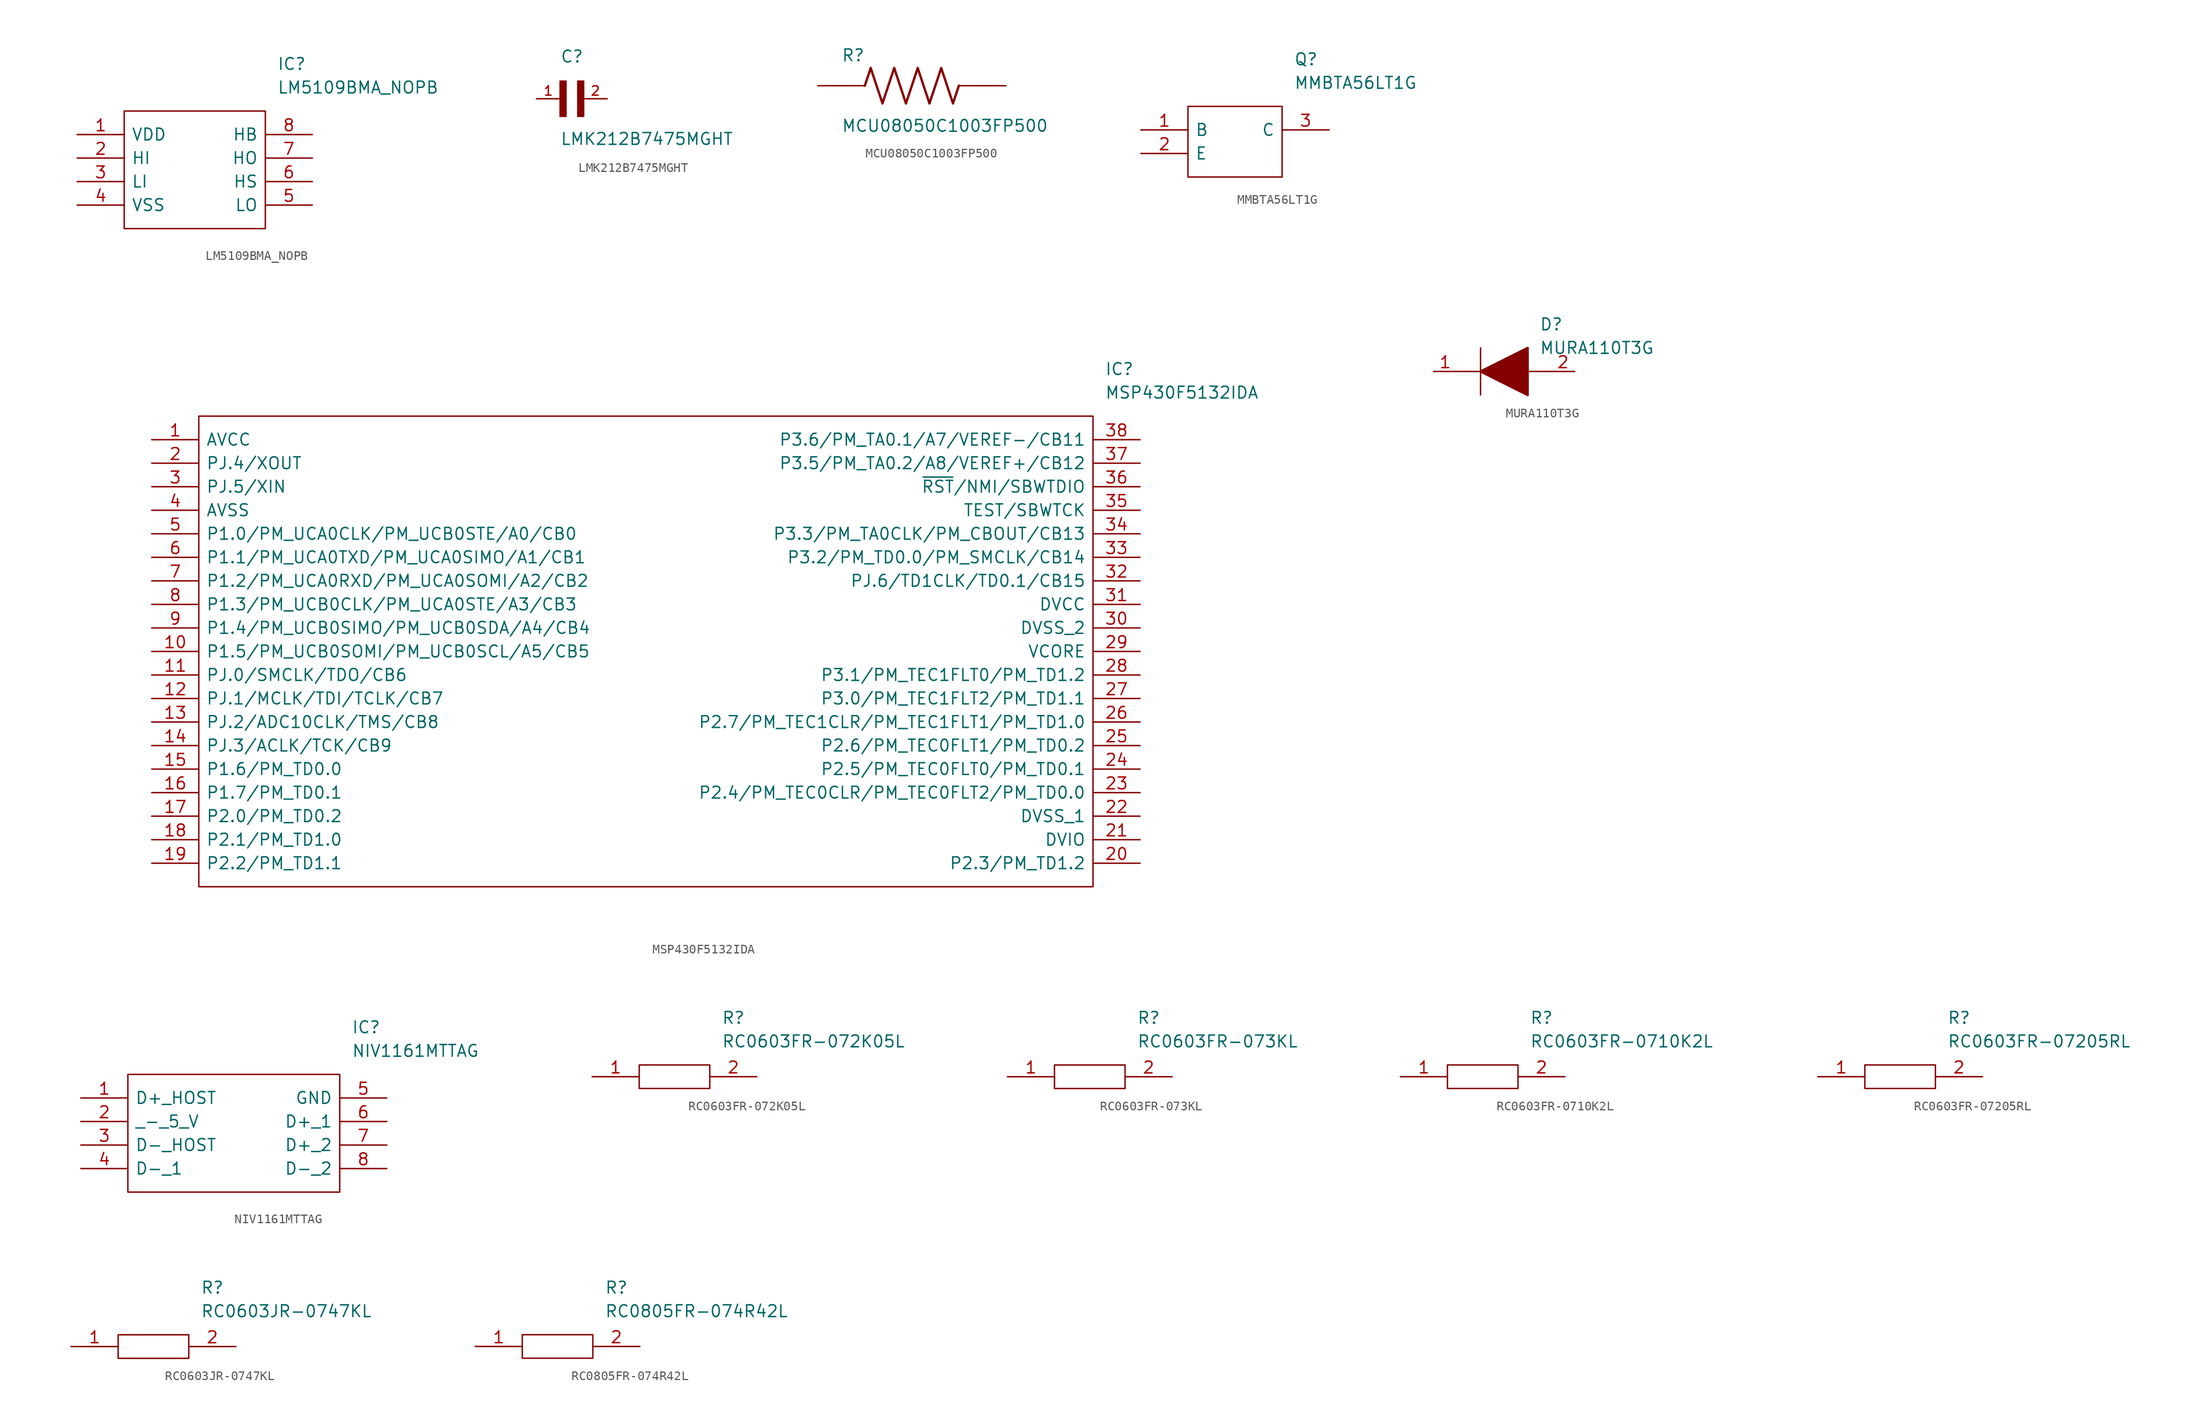
<source format=kicad_sym>
(kicad_symbol_lib
  (version 20211014)
  (generator kicad_symbol_editor)
  (symbol "LM5109BMA_NOPB"
    (pin_names
      (offset 0.762))
    (property "Reference" "IC"
      (at 21.59 7.62 0)
      (effects (font (size 1.27 1.27)) (justify left)))
    (property "Value" "LM5109BMA_NOPB"
      (at 21.59 5.08 0)
      (effects (font (size 1.27 1.27)) (justify left)))
    (symbol "LM5109BMA_NOPB_0_0"
      (pin passive line (at 0 0 0) (length 5.08) (name "VDD" (effects (font (size 1.27 1.27)))) (number "1" (effects (font (size 1.27 1.27)))))
      (pin passive line (at 0 -2.54 0) (length 5.08) (name "HI" (effects (font (size 1.27 1.27)))) (number "2" (effects (font (size 1.27 1.27)))))
      (pin passive line (at 0 -5.08 0) (length 5.08) (name "LI" (effects (font (size 1.27 1.27)))) (number "3" (effects (font (size 1.27 1.27)))))
      (pin passive line (at 0 -7.62 0) (length 5.08) (name "VSS" (effects (font (size 1.27 1.27)))) (number "4" (effects (font (size 1.27 1.27)))))
      (pin passive line (at 25.4 -7.62 180) (length 5.08) (name "LO" (effects (font (size 1.27 1.27)))) (number "5" (effects (font (size 1.27 1.27)))))
      (pin passive line (at 25.4 -5.08 180) (length 5.08) (name "HS" (effects (font (size 1.27 1.27)))) (number "6" (effects (font (size 1.27 1.27)))))
      (pin passive line (at 25.4 -2.54 180) (length 5.08) (name "HO" (effects (font (size 1.27 1.27)))) (number "7" (effects (font (size 1.27 1.27)))))
      (pin passive line (at 25.4 0 180) (length 5.08) (name "HB" (effects (font (size 1.27 1.27)))) (number "8" (effects (font (size 1.27 1.27))))))
    (symbol "LM5109BMA_NOPB_0_1"
      (polyline (pts (xy 5.08 2.54) (xy 20.32 2.54) (xy 20.32 -10.16) (xy 5.08 -10.16) (xy 5.08 2.54)) (stroke (width 0.152) (type default) (color 0 0 0 0)) (fill (type none)))))
  (symbol "LMK212B7475MGHT"
    (pin_names
      (offset 1.016) hide)
    (property "Reference" "C"
      (at 0 3.81 0)
      (effects (font (size 1.27 1.27)) (justify left bottom)))
    (property "Value" "LMK212B7475MGHT"
      (at 0 -5.08 0)
      (effects (font (size 1.27 1.27)) (justify left bottom)))
    (property "ki_locked" ""
      (at 0 0 0)
      (effects (font (size 1.27 1.27))))
    (symbol "LMK212B7475MGHT_0_0"
      (rectangle (start 0 -1.905) (end 0.635 1.905) (stroke (width 0) (type default) (color 0 0 0 0)) (fill (type outline)))
      (rectangle (start 1.905 -1.905) (end 2.54 1.905) (stroke (width 0) (type default) (color 0 0 0 0)) (fill (type outline)))
      (pin passive line (at -2.54 0 0) (length 2.54) (name "~" (effects (font (size 1.016 1.016)))) (number "1" (effects (font (size 1.016 1.016)))))
      (pin passive line (at 5.08 0 180) (length 2.54) (name "~" (effects (font (size 1.016 1.016)))) (number "2" (effects (font (size 1.016 1.016)))))))
  (symbol "MCU08050C1003FP500"
    (pin_numbers hide)
    (pin_names
      (offset 1.016) hide)
    (property "Reference" "R"
      (at -7.62 2.54 0)
      (effects (font (size 1.27 1.27)) (justify left bottom)))
    (property "Value" "MCU08050C1003FP500"
      (at -7.62 -5.08 0)
      (effects (font (size 1.27 1.27)) (justify left bottom)))
    (property "ki_locked" ""
      (at 0 0 0)
      (effects (font (size 1.27 1.27))))
    (symbol "MCU08050C1003FP500_0_0"
      (polyline (pts (xy -5.08 0) (xy -4.445 1.905)) (stroke (width 0.254) (type default) (color 0 0 0 0)) (fill (type none)))
      (polyline (pts (xy -4.445 1.905) (xy -3.175 -1.905)) (stroke (width 0.254) (type default) (color 0 0 0 0)) (fill (type none)))
      (polyline (pts (xy -3.175 -1.905) (xy -1.905 1.905)) (stroke (width 0.254) (type default) (color 0 0 0 0)) (fill (type none)))
      (polyline (pts (xy -1.905 1.905) (xy -0.635 -1.905)) (stroke (width 0.254) (type default) (color 0 0 0 0)) (fill (type none)))
      (polyline (pts (xy -0.635 -1.905) (xy 0.635 1.905)) (stroke (width 0.254) (type default) (color 0 0 0 0)) (fill (type none)))
      (polyline (pts (xy 0.635 1.905) (xy 1.905 -1.905)) (stroke (width 0.254) (type default) (color 0 0 0 0)) (fill (type none)))
      (polyline (pts (xy 1.905 -1.905) (xy 3.175 1.905)) (stroke (width 0.254) (type default) (color 0 0 0 0)) (fill (type none)))
      (polyline (pts (xy 3.175 1.905) (xy 4.445 -1.905)) (stroke (width 0.254) (type default) (color 0 0 0 0)) (fill (type none)))
      (polyline (pts (xy 4.445 -1.905) (xy 5.08 0)) (stroke (width 0.254) (type default) (color 0 0 0 0)) (fill (type none)))
      (pin passive line (at -10.16 0 0) (length 5.08) (name "~" (effects (font (size 1.016 1.016)))) (number "1" (effects (font (size 1.016 1.016)))))
      (pin passive line (at 10.16 0 180) (length 5.08) (name "~" (effects (font (size 1.016 1.016)))) (number "2" (effects (font (size 1.016 1.016)))))))
  (symbol "MMBTA56LT1G"
    (pin_names
      (offset 0.762))
    (property "Reference" "Q"
      (at 16.51 7.62 0)
      (effects (font (size 1.27 1.27)) (justify left)))
    (property "Value" "MMBTA56LT1G"
      (at 16.51 5.08 0)
      (effects (font (size 1.27 1.27)) (justify left)))
    (symbol "MMBTA56LT1G_0_0"
      (pin passive line (at 0 0 0) (length 5.08) (name "B" (effects (font (size 1.27 1.27)))) (number "1" (effects (font (size 1.27 1.27)))))
      (pin passive line (at 0 -2.54 0) (length 5.08) (name "E" (effects (font (size 1.27 1.27)))) (number "2" (effects (font (size 1.27 1.27)))))
      (pin passive line (at 20.32 0 180) (length 5.08) (name "C" (effects (font (size 1.27 1.27)))) (number "3" (effects (font (size 1.27 1.27))))))
    (symbol "MMBTA56LT1G_0_1"
      (polyline (pts (xy 5.08 2.54) (xy 15.24 2.54) (xy 15.24 -5.08) (xy 5.08 -5.08) (xy 5.08 2.54)) (stroke (width 0.152) (type default) (color 0 0 0 0)) (fill (type none)))))
  (symbol "MSP430F5132IDA"
    (pin_names
      (offset 0.762))
    (property "Reference" "IC"
      (at 102.87 7.62 0)
      (effects (font (size 1.27 1.27)) (justify left)))
    (property "Value" "MSP430F5132IDA"
      (at 102.87 5.08 0)
      (effects (font (size 1.27 1.27)) (justify left)))
    (symbol "MSP430F5132IDA_0_0"
      (pin passive line (at 0 0 0) (length 5.08) (name "AVCC" (effects (font (size 1.27 1.27)))) (number "1" (effects (font (size 1.27 1.27)))))
      (pin passive line (at 0 -22.86 0) (length 5.08) (name "P1.5/PM_UCB0SOMI/PM_UCB0SCL/A5/CB5" (effects (font (size 1.27 1.27)))) (number "10" (effects (font (size 1.27 1.27)))))
      (pin passive line (at 0 -25.4 0) (length 5.08) (name "PJ.0/SMCLK/TDO/CB6" (effects (font (size 1.27 1.27)))) (number "11" (effects (font (size 1.27 1.27)))))
      (pin passive line (at 0 -27.94 0) (length 5.08) (name "PJ.1/MCLK/TDI/TCLK/CB7" (effects (font (size 1.27 1.27)))) (number "12" (effects (font (size 1.27 1.27)))))
      (pin passive line (at 0 -30.48 0) (length 5.08) (name "PJ.2/ADC10CLK/TMS/CB8" (effects (font (size 1.27 1.27)))) (number "13" (effects (font (size 1.27 1.27)))))
      (pin passive line (at 0 -33.02 0) (length 5.08) (name "PJ.3/ACLK/TCK/CB9" (effects (font (size 1.27 1.27)))) (number "14" (effects (font (size 1.27 1.27)))))
      (pin passive line (at 0 -35.56 0) (length 5.08) (name "P1.6/PM_TD0.0" (effects (font (size 1.27 1.27)))) (number "15" (effects (font (size 1.27 1.27)))))
      (pin passive line (at 0 -38.1 0) (length 5.08) (name "P1.7/PM_TD0.1" (effects (font (size 1.27 1.27)))) (number "16" (effects (font (size 1.27 1.27)))))
      (pin passive line (at 0 -40.64 0) (length 5.08) (name "P2.0/PM_TD0.2" (effects (font (size 1.27 1.27)))) (number "17" (effects (font (size 1.27 1.27)))))
      (pin passive line (at 0 -43.18 0) (length 5.08) (name "P2.1/PM_TD1.0" (effects (font (size 1.27 1.27)))) (number "18" (effects (font (size 1.27 1.27)))))
      (pin passive line (at 0 -45.72 0) (length 5.08) (name "P2.2/PM_TD1.1" (effects (font (size 1.27 1.27)))) (number "19" (effects (font (size 1.27 1.27)))))
      (pin passive line (at 0 -2.54 0) (length 5.08) (name "PJ.4/XOUT" (effects (font (size 1.27 1.27)))) (number "2" (effects (font (size 1.27 1.27)))))
      (pin passive line (at 106.68 -45.72 180) (length 5.08) (name "P2.3/PM_TD1.2" (effects (font (size 1.27 1.27)))) (number "20" (effects (font (size 1.27 1.27)))))
      (pin passive line (at 106.68 -43.18 180) (length 5.08) (name "DVIO" (effects (font (size 1.27 1.27)))) (number "21" (effects (font (size 1.27 1.27)))))
      (pin passive line (at 106.68 -40.64 180) (length 5.08) (name "DVSS_1" (effects (font (size 1.27 1.27)))) (number "22" (effects (font (size 1.27 1.27)))))
      (pin passive line (at 106.68 -38.1 180) (length 5.08) (name "P2.4/PM_TEC0CLR/PM_TEC0FLT2/PM_TD0.0" (effects (font (size 1.27 1.27)))) (number "23" (effects (font (size 1.27 1.27)))))
      (pin passive line (at 106.68 -35.56 180) (length 5.08) (name "P2.5/PM_TEC0FLT0/PM_TD0.1" (effects (font (size 1.27 1.27)))) (number "24" (effects (font (size 1.27 1.27)))))
      (pin passive line (at 106.68 -33.02 180) (length 5.08) (name "P2.6/PM_TEC0FLT1/PM_TD0.2" (effects (font (size 1.27 1.27)))) (number "25" (effects (font (size 1.27 1.27)))))
      (pin passive line (at 106.68 -30.48 180) (length 5.08) (name "P2.7/PM_TEC1CLR/PM_TEC1FLT1/PM_TD1.0" (effects (font (size 1.27 1.27)))) (number "26" (effects (font (size 1.27 1.27)))))
      (pin passive line (at 106.68 -27.94 180) (length 5.08) (name "P3.0/PM_TEC1FLT2/PM_TD1.1" (effects (font (size 1.27 1.27)))) (number "27" (effects (font (size 1.27 1.27)))))
      (pin passive line (at 106.68 -25.4 180) (length 5.08) (name "P3.1/PM_TEC1FLT0/PM_TD1.2" (effects (font (size 1.27 1.27)))) (number "28" (effects (font (size 1.27 1.27)))))
      (pin passive line (at 106.68 -22.86 180) (length 5.08) (name "VCORE" (effects (font (size 1.27 1.27)))) (number "29" (effects (font (size 1.27 1.27)))))
      (pin passive line (at 0 -5.08 0) (length 5.08) (name "PJ.5/XIN" (effects (font (size 1.27 1.27)))) (number "3" (effects (font (size 1.27 1.27)))))
      (pin passive line (at 106.68 -20.32 180) (length 5.08) (name "DVSS_2" (effects (font (size 1.27 1.27)))) (number "30" (effects (font (size 1.27 1.27)))))
      (pin passive line (at 106.68 -17.78 180) (length 5.08) (name "DVCC" (effects (font (size 1.27 1.27)))) (number "31" (effects (font (size 1.27 1.27)))))
      (pin passive line (at 106.68 -15.24 180) (length 5.08) (name "PJ.6/TD1CLK/TD0.1/CB15" (effects (font (size 1.27 1.27)))) (number "32" (effects (font (size 1.27 1.27)))))
      (pin passive line (at 106.68 -12.7 180) (length 5.08) (name "P3.2/PM_TD0.0/PM_SMCLK/CB14" (effects (font (size 1.27 1.27)))) (number "33" (effects (font (size 1.27 1.27)))))
      (pin passive line (at 106.68 -10.16 180) (length 5.08) (name "P3.3/PM_TA0CLK/PM_CBOUT/CB13" (effects (font (size 1.27 1.27)))) (number "34" (effects (font (size 1.27 1.27)))))
      (pin passive line (at 106.68 -7.62 180) (length 5.08) (name "TEST/SBWTCK" (effects (font (size 1.27 1.27)))) (number "35" (effects (font (size 1.27 1.27)))))
      (pin passive line (at 106.68 -5.08 180) (length 5.08) (name "~{RST}/NMI/SBWTDIO" (effects (font (size 1.27 1.27)))) (number "36" (effects (font (size 1.27 1.27)))))
      (pin passive line (at 106.68 -2.54 180) (length 5.08) (name "P3.5/PM_TA0.2/A8/VEREF+/CB12" (effects (font (size 1.27 1.27)))) (number "37" (effects (font (size 1.27 1.27)))))
      (pin passive line (at 106.68 0 180) (length 5.08) (name "P3.6/PM_TA0.1/A7/VEREF-/CB11" (effects (font (size 1.27 1.27)))) (number "38" (effects (font (size 1.27 1.27)))))
      (pin passive line (at 0 -7.62 0) (length 5.08) (name "AVSS" (effects (font (size 1.27 1.27)))) (number "4" (effects (font (size 1.27 1.27)))))
      (pin passive line (at 0 -10.16 0) (length 5.08) (name "P1.0/PM_UCA0CLK/PM_UCB0STE/A0/CB0" (effects (font (size 1.27 1.27)))) (number "5" (effects (font (size 1.27 1.27)))))
      (pin passive line (at 0 -12.7 0) (length 5.08) (name "P1.1/PM_UCA0TXD/PM_UCA0SIMO/A1/CB1" (effects (font (size 1.27 1.27)))) (number "6" (effects (font (size 1.27 1.27)))))
      (pin passive line (at 0 -15.24 0) (length 5.08) (name "P1.2/PM_UCA0RXD/PM_UCA0SOMI/A2/CB2" (effects (font (size 1.27 1.27)))) (number "7" (effects (font (size 1.27 1.27)))))
      (pin passive line (at 0 -17.78 0) (length 5.08) (name "P1.3/PM_UCB0CLK/PM_UCA0STE/A3/CB3" (effects (font (size 1.27 1.27)))) (number "8" (effects (font (size 1.27 1.27)))))
      (pin passive line (at 0 -20.32 0) (length 5.08) (name "P1.4/PM_UCB0SIMO/PM_UCB0SDA/A4/CB4" (effects (font (size 1.27 1.27)))) (number "9" (effects (font (size 1.27 1.27))))))
    (symbol "MSP430F5132IDA_0_1"
      (polyline (pts (xy 5.08 2.54) (xy 101.6 2.54) (xy 101.6 -48.26) (xy 5.08 -48.26) (xy 5.08 2.54)) (stroke (width 0.152) (type default) (color 0 0 0 0)) (fill (type none)))))
  (symbol "MURA110T3G"
    (pin_names
      (offset 0.762))
    (property "Reference" "D"
      (at 11.43 5.08 0)
      (effects (font (size 1.27 1.27)) (justify left)))
    (property "Value" "MURA110T3G"
      (at 11.43 2.54 0)
      (effects (font (size 1.27 1.27)) (justify left)))
    (symbol "MURA110T3G_0_0"
      (pin passive line (at 0 0 0) (length 2.54) (name "~" (effects (font (size 1.27 1.27)))) (number "1" (effects (font (size 1.27 1.27)))))
      (pin passive line (at 15.24 0 180) (length 2.54) (name "~" (effects (font (size 1.27 1.27)))) (number "2" (effects (font (size 1.27 1.27))))))
    (symbol "MURA110T3G_0_1"
      (polyline (pts (xy 2.54 0) (xy 5.08 0)) (stroke (width 0.152) (type default) (color 0 0 0 0)) (fill (type none)))
      (polyline (pts (xy 5.08 2.54) (xy 5.08 -2.54)) (stroke (width 0.152) (type default) (color 0 0 0 0)) (fill (type none)))
      (polyline (pts (xy 10.16 0) (xy 12.7 0)) (stroke (width 0.152) (type default) (color 0 0 0 0)) (fill (type none)))
      (polyline (pts (xy 5.08 0) (xy 10.16 2.54) (xy 10.16 -2.54) (xy 5.08 0)) (stroke (width 0.254) (type default) (color 0 0 0 0)) (fill (type outline)))))
  (symbol "NIV1161MTTAG"
    (pin_names
      (offset 0.762))
    (property "Reference" "IC"
      (at 29.21 7.62 0)
      (effects (font (size 1.27 1.27)) (justify left)))
    (property "Value" "NIV1161MTTAG"
      (at 29.21 5.08 0)
      (effects (font (size 1.27 1.27)) (justify left)))
    (symbol "NIV1161MTTAG_0_0"
      (pin passive line (at 0 0 0) (length 5.08) (name "D+_HOST" (effects (font (size 1.27 1.27)))) (number "1" (effects (font (size 1.27 1.27)))))
      (pin passive line (at 0 -2.54 0) (length 5.08) (name "_-_5_V" (effects (font (size 1.27 1.27)))) (number "2" (effects (font (size 1.27 1.27)))))
      (pin passive line (at 0 -5.08 0) (length 5.08) (name "D-_HOST" (effects (font (size 1.27 1.27)))) (number "3" (effects (font (size 1.27 1.27)))))
      (pin passive line (at 0 -7.62 0) (length 5.08) (name "D-_1" (effects (font (size 1.27 1.27)))) (number "4" (effects (font (size 1.27 1.27)))))
      (pin passive line (at 33.02 0 180) (length 5.08) (name "GND" (effects (font (size 1.27 1.27)))) (number "5" (effects (font (size 1.27 1.27)))))
      (pin passive line (at 33.02 -2.54 180) (length 5.08) (name "D+_1" (effects (font (size 1.27 1.27)))) (number "6" (effects (font (size 1.27 1.27)))))
      (pin passive line (at 33.02 -5.08 180) (length 5.08) (name "D+_2" (effects (font (size 1.27 1.27)))) (number "7" (effects (font (size 1.27 1.27)))))
      (pin passive line (at 33.02 -7.62 180) (length 5.08) (name "D-_2" (effects (font (size 1.27 1.27)))) (number "8" (effects (font (size 1.27 1.27))))))
    (symbol "NIV1161MTTAG_0_1"
      (polyline (pts (xy 5.08 2.54) (xy 27.94 2.54) (xy 27.94 -10.16) (xy 5.08 -10.16) (xy 5.08 2.54)) (stroke (width 0.152) (type default) (color 0 0 0 0)) (fill (type none)))))
  (symbol "RC0603FR-072K05L"
    (pin_names
      (offset 0.762))
    (property "Reference" "R"
      (at 13.97 6.35 0)
      (effects (font (size 1.27 1.27)) (justify left)))
    (property "Value" "RC0603FR-072K05L"
      (at 13.97 3.81 0)
      (effects (font (size 1.27 1.27)) (justify left)))
    (symbol "RC0603FR-072K05L_0_0"
      (pin passive line (at 0 0 0) (length 5.08) (name "~" (effects (font (size 1.27 1.27)))) (number "1" (effects (font (size 1.27 1.27)))))
      (pin passive line (at 17.78 0 180) (length 5.08) (name "~" (effects (font (size 1.27 1.27)))) (number "2" (effects (font (size 1.27 1.27))))))
    (symbol "RC0603FR-072K05L_0_1"
      (polyline (pts (xy 5.08 1.27) (xy 12.7 1.27) (xy 12.7 -1.27) (xy 5.08 -1.27) (xy 5.08 1.27)) (stroke (width 0.152) (type default) (color 0 0 0 0)) (fill (type none)))))
  (symbol "RC0603FR-073KL"
    (pin_names
      (offset 0.762))
    (property "Reference" "R"
      (at 13.97 6.35 0)
      (effects (font (size 1.27 1.27)) (justify left)))
    (property "Value" "RC0603FR-073KL"
      (at 13.97 3.81 0)
      (effects (font (size 1.27 1.27)) (justify left)))
    (symbol "RC0603FR-073KL_0_0"
      (pin passive line (at 0 0 0) (length 5.08) (name "~" (effects (font (size 1.27 1.27)))) (number "1" (effects (font (size 1.27 1.27)))))
      (pin passive line (at 17.78 0 180) (length 5.08) (name "~" (effects (font (size 1.27 1.27)))) (number "2" (effects (font (size 1.27 1.27))))))
    (symbol "RC0603FR-073KL_0_1"
      (polyline (pts (xy 5.08 1.27) (xy 12.7 1.27) (xy 12.7 -1.27) (xy 5.08 -1.27) (xy 5.08 1.27)) (stroke (width 0.152) (type default) (color 0 0 0 0)) (fill (type none)))))
  (symbol "RC0603FR-0710K2L"
    (pin_names
      (offset 0.762))
    (property "Reference" "R"
      (at 13.97 6.35 0)
      (effects (font (size 1.27 1.27)) (justify left)))
    (property "Value" "RC0603FR-0710K2L"
      (at 13.97 3.81 0)
      (effects (font (size 1.27 1.27)) (justify left)))
    (symbol "RC0603FR-0710K2L_0_0"
      (pin passive line (at 0 0 0) (length 5.08) (name "~" (effects (font (size 1.27 1.27)))) (number "1" (effects (font (size 1.27 1.27)))))
      (pin passive line (at 17.78 0 180) (length 5.08) (name "~" (effects (font (size 1.27 1.27)))) (number "2" (effects (font (size 1.27 1.27))))))
    (symbol "RC0603FR-0710K2L_0_1"
      (polyline (pts (xy 5.08 1.27) (xy 12.7 1.27) (xy 12.7 -1.27) (xy 5.08 -1.27) (xy 5.08 1.27)) (stroke (width 0.152) (type default) (color 0 0 0 0)) (fill (type none)))))
  (symbol "RC0603FR-07205RL"
    (pin_names
      (offset 0.762))
    (property "Reference" "R"
      (at 13.97 6.35 0)
      (effects (font (size 1.27 1.27)) (justify left)))
    (property "Value" "RC0603FR-07205RL"
      (at 13.97 3.81 0)
      (effects (font (size 1.27 1.27)) (justify left)))
    (symbol "RC0603FR-07205RL_0_0"
      (pin passive line (at 0 0 0) (length 5.08) (name "~" (effects (font (size 1.27 1.27)))) (number "1" (effects (font (size 1.27 1.27)))))
      (pin passive line (at 17.78 0 180) (length 5.08) (name "~" (effects (font (size 1.27 1.27)))) (number "2" (effects (font (size 1.27 1.27))))))
    (symbol "RC0603FR-07205RL_0_1"
      (polyline (pts (xy 5.08 1.27) (xy 12.7 1.27) (xy 12.7 -1.27) (xy 5.08 -1.27) (xy 5.08 1.27)) (stroke (width 0.152) (type default) (color 0 0 0 0)) (fill (type none)))))
  (symbol "RC0603JR-0747KL"
    (pin_names
      (offset 0.762))
    (property "Reference" "R"
      (at 13.97 6.35 0)
      (effects (font (size 1.27 1.27)) (justify left)))
    (property "Value" "RC0603JR-0747KL"
      (at 13.97 3.81 0)
      (effects (font (size 1.27 1.27)) (justify left)))
    (symbol "RC0603JR-0747KL_0_0"
      (pin passive line (at 0 0 0) (length 5.08) (name "~" (effects (font (size 1.27 1.27)))) (number "1" (effects (font (size 1.27 1.27)))))
      (pin passive line (at 17.78 0 180) (length 5.08) (name "~" (effects (font (size 1.27 1.27)))) (number "2" (effects (font (size 1.27 1.27))))))
    (symbol "RC0603JR-0747KL_0_1"
      (polyline (pts (xy 5.08 1.27) (xy 12.7 1.27) (xy 12.7 -1.27) (xy 5.08 -1.27) (xy 5.08 1.27)) (stroke (width 0.152) (type default) (color 0 0 0 0)) (fill (type none)))))
  (symbol "RC0805FR-074R42L"
    (pin_names
      (offset 0.762))
    (property "Reference" "R"
      (at 13.97 6.35 0)
      (effects (font (size 1.27 1.27)) (justify left)))
    (property "Value" "RC0805FR-074R42L"
      (at 13.97 3.81 0)
      (effects (font (size 1.27 1.27)) (justify left)))
    (symbol "RC0805FR-074R42L_0_0"
      (pin passive line (at 0 0 0) (length 5.08) (name "~" (effects (font (size 1.27 1.27)))) (number "1" (effects (font (size 1.27 1.27)))))
      (pin passive line (at 17.78 0 180) (length 5.08) (name "~" (effects (font (size 1.27 1.27)))) (number "2" (effects (font (size 1.27 1.27))))))
    (symbol "RC0805FR-074R42L_0_1"
      (polyline (pts (xy 5.08 1.27) (xy 12.7 1.27) (xy 12.7 -1.27) (xy 5.08 -1.27) (xy 5.08 1.27)) (stroke (width 0.152) (type default) (color 0 0 0 0)) (fill (type none))))))
</source>
